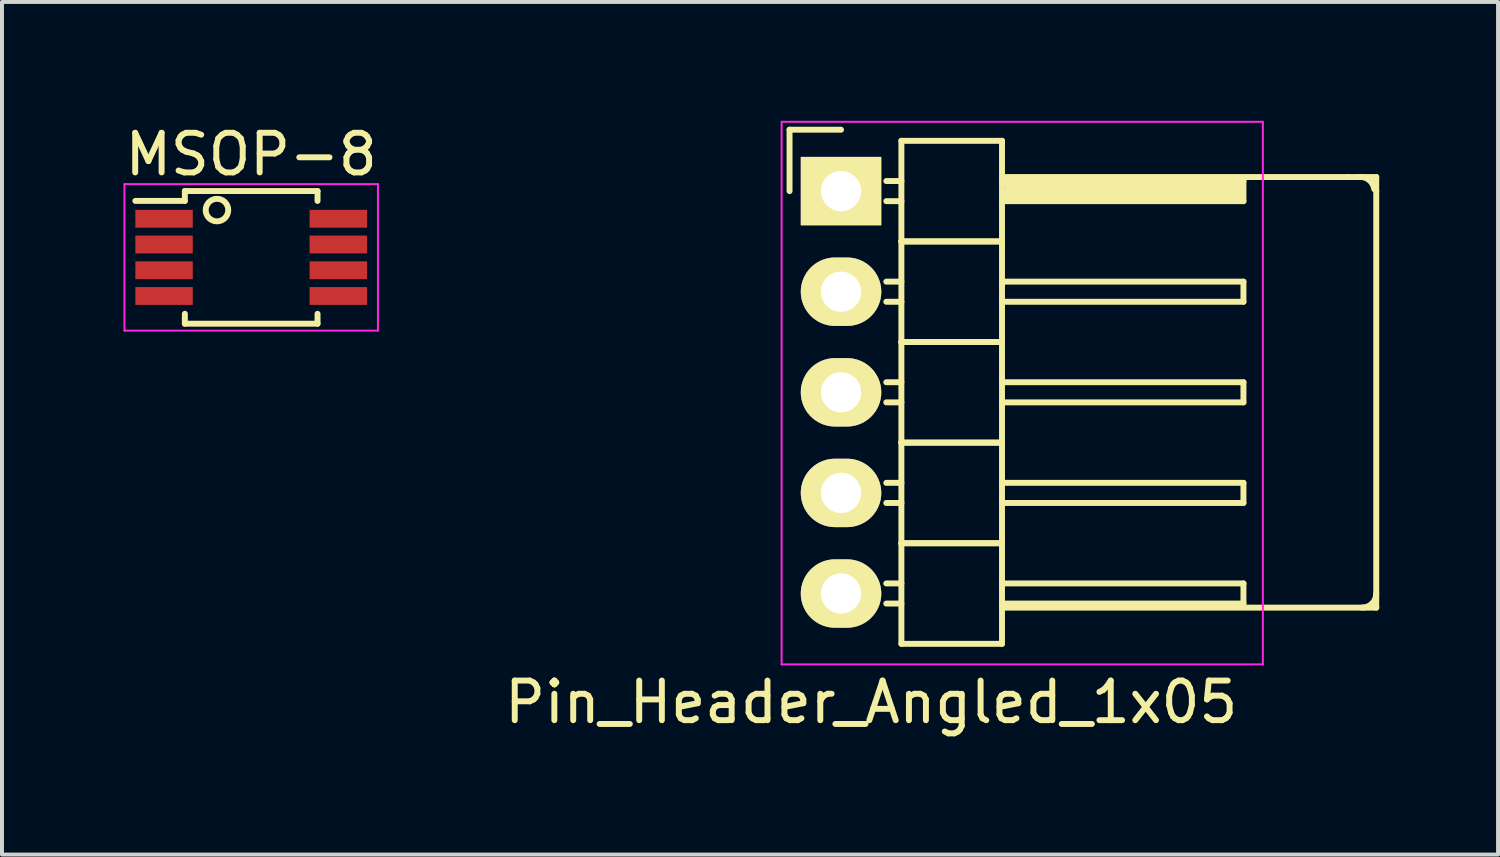
<source format=kicad_pcb>
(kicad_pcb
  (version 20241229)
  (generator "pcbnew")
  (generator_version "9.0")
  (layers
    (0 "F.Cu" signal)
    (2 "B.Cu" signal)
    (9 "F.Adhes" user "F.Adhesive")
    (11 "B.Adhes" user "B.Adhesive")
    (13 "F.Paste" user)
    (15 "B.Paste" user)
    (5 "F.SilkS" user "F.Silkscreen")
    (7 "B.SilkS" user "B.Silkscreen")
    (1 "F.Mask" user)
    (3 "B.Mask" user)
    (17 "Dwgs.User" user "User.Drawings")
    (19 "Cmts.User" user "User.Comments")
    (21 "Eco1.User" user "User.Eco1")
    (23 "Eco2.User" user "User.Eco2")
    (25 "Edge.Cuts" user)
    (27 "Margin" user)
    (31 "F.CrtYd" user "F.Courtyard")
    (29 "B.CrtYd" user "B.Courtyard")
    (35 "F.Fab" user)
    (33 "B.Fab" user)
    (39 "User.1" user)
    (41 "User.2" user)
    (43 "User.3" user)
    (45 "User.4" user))
  (footprint "Pin_Header_Angled_1x05"
    (layer "F.Cu")
    (at 18.184 1.775)
    (property "Reference" "Pin_Header_Angled_1x05" (at 0.762 12.903 0) (layer "F.SilkS") (effects (font (size 1 1) (thickness 0.15))))
    (attr through_hole)
    (fp_line (start -1.3 -1.55) (end -1.3 0) (stroke (width 0.15) (type solid)) (layer "F.SilkS"))
    (fp_line (start 0 -1.55) (end -1.3 -1.55) (stroke (width 0.15) (type solid)) (layer "F.SilkS"))
    (fp_line (start 1.524 -1.27) (end 1.524 1.27) (stroke (width 0.15) (type solid)) (layer "F.SilkS"))
    (fp_line (start 1.524 -1.27) (end 4.064 -1.27) (stroke (width 0.15) (type solid)) (layer "F.SilkS"))
    (fp_line (start 1.524 -0.254) (end 1.143 -0.254) (stroke (width 0.15) (type solid)) (layer "F.SilkS"))
    (fp_line (start 1.524 0.254) (end 1.143 0.254) (stroke (width 0.15) (type solid)) (layer "F.SilkS"))
    (fp_line (start 1.524 1.27) (end 1.524 3.81) (stroke (width 0.15) (type solid)) (layer "F.SilkS"))
    (fp_line (start 1.524 1.27) (end 4.064 1.27) (stroke (width 0.15) (type solid)) (layer "F.SilkS"))
    (fp_line (start 1.524 1.27) (end 4.064 1.27) (stroke (width 0.15) (type solid)) (layer "F.SilkS"))
    (fp_line (start 1.524 2.286) (end 1.143 2.286) (stroke (width 0.15) (type solid)) (layer "F.SilkS"))
    (fp_line (start 1.524 2.794) (end 1.143 2.794) (stroke (width 0.15) (type solid)) (layer "F.SilkS"))
    (fp_line (start 1.524 3.81) (end 1.524 6.35) (stroke (width 0.15) (type solid)) (layer "F.SilkS"))
    (fp_line (start 1.524 3.81) (end 4.064 3.81) (stroke (width 0.15) (type solid)) (layer "F.SilkS"))
    (fp_line (start 1.524 3.81) (end 4.064 3.81) (stroke (width 0.15) (type solid)) (layer "F.SilkS"))
    (fp_line (start 1.524 4.826) (end 1.143 4.826) (stroke (width 0.15) (type solid)) (layer "F.SilkS"))
    (fp_line (start 1.524 5.334) (end 1.143 5.334) (stroke (width 0.15) (type solid)) (layer "F.SilkS"))
    (fp_line (start 1.524 6.35) (end 1.524 8.89) (stroke (width 0.15) (type solid)) (layer "F.SilkS"))
    (fp_line (start 1.524 6.35) (end 4.064 6.35) (stroke (width 0.15) (type solid)) (layer "F.SilkS"))
    (fp_line (start 1.524 6.35) (end 4.064 6.35) (stroke (width 0.15) (type solid)) (layer "F.SilkS"))
    (fp_line (start 1.524 7.366) (end 1.143 7.366) (stroke (width 0.15) (type solid)) (layer "F.SilkS"))
    (fp_line (start 1.524 7.874) (end 1.143 7.874) (stroke (width 0.15) (type solid)) (layer "F.SilkS"))
    (fp_line (start 1.524 8.89) (end 1.524 11.43) (stroke (width 0.15) (type solid)) (layer "F.SilkS"))
    (fp_line (start 1.524 8.89) (end 4.064 8.89) (stroke (width 0.15) (type solid)) (layer "F.SilkS"))
    (fp_line (start 1.524 8.89) (end 4.064 8.89) (stroke (width 0.15) (type solid)) (layer "F.SilkS"))
    (fp_line (start 1.524 9.906) (end 1.143 9.906) (stroke (width 0.15) (type solid)) (layer "F.SilkS"))
    (fp_line (start 1.524 10.414) (end 1.143 10.414) (stroke (width 0.15) (type solid)) (layer "F.SilkS"))
    (fp_line (start 1.524 11.43) (end 4.064 11.43) (stroke (width 0.15) (type solid)) (layer "F.SilkS"))
    (fp_line (start 4.064 -0.254) (end 10.16 -0.254) (stroke (width 0.15) (type solid)) (layer "F.SilkS"))
    (fp_line (start 4.064 1.27) (end 4.064 -1.27) (stroke (width 0.15) (type solid)) (layer "F.SilkS"))
    (fp_line (start 4.064 2.286) (end 10.16 2.286) (stroke (width 0.15) (type solid)) (layer "F.SilkS"))
    (fp_line (start 4.064 3.81) (end 4.064 1.27) (stroke (width 0.15) (type solid)) (layer "F.SilkS"))
    (fp_line (start 4.064 4.826) (end 10.16 4.826) (stroke (width 0.15) (type solid)) (layer "F.SilkS"))
    (fp_line (start 4.064 6.35) (end 4.064 3.81) (stroke (width 0.15) (type solid)) (layer "F.SilkS"))
    (fp_line (start 4.064 7.366) (end 10.16 7.366) (stroke (width 0.15) (type solid)) (layer "F.SilkS"))
    (fp_line (start 4.064 8.89) (end 4.064 6.35) (stroke (width 0.15) (type solid)) (layer "F.SilkS"))
    (fp_line (start 4.064 9.906) (end 10.16 9.906) (stroke (width 0.15) (type solid)) (layer "F.SilkS"))
    (fp_line (start 4.064 11.43) (end 4.064 8.89) (stroke (width 0.15) (type solid)) (layer "F.SilkS"))
    (fp_line (start 4.166 -0.356) (end 12.802 -0.356) (stroke (width 0.15) (type solid)) (layer "F.SilkS"))
    (fp_line (start 4.191 -0.127) (end 10.033 -0.127) (stroke (width 0.15) (type solid)) (layer "F.SilkS"))
    (fp_line (start 4.191 0) (end 10.033 0) (stroke (width 0.15) (type solid)) (layer "F.SilkS"))
    (fp_line (start 4.191 0.127) (end 4.191 0) (stroke (width 0.15) (type solid)) (layer "F.SilkS"))
    (fp_line (start 10.033 -0.127) (end 10.033 0.127) (stroke (width 0.15) (type solid)) (layer "F.SilkS"))
    (fp_line (start 10.033 0.127) (end 4.191 0.127) (stroke (width 0.15) (type solid)) (layer "F.SilkS"))
    (fp_line (start 10.16 -0.254) (end 10.16 0.254) (stroke (width 0.15) (type solid)) (layer "F.SilkS"))
    (fp_line (start 10.16 0.254) (end 4.064 0.254) (stroke (width 0.15) (type solid)) (layer "F.SilkS"))
    (fp_line (start 10.16 2.286) (end 10.16 2.794) (stroke (width 0.15) (type solid)) (layer "F.SilkS"))
    (fp_line (start 10.16 2.794) (end 4.064 2.794) (stroke (width 0.15) (type solid)) (layer "F.SilkS"))
    (fp_line (start 10.16 4.826) (end 10.16 5.334) (stroke (width 0.15) (type solid)) (layer "F.SilkS"))
    (fp_line (start 10.16 5.334) (end 4.064 5.334) (stroke (width 0.15) (type solid)) (layer "F.SilkS"))
    (fp_line (start 10.16 7.366) (end 10.16 7.874) (stroke (width 0.15) (type solid)) (layer "F.SilkS"))
    (fp_line (start 10.16 7.874) (end 4.064 7.874) (stroke (width 0.15) (type solid)) (layer "F.SilkS"))
    (fp_line (start 10.16 9.906) (end 10.16 10.414) (stroke (width 0.15) (type solid)) (layer "F.SilkS"))
    (fp_line (start 10.16 10.414) (end 4.064 10.414) (stroke (width 0.15) (type solid)) (layer "F.SilkS"))
    (fp_line (start 12.802 -0.356) (end 13.513 -0.356) (stroke (width 0.15) (type solid)) (layer "F.SilkS"))
    (fp_line (start 13.513 -0.356) (end 13.513 0) (stroke (width 0.15) (type solid)) (layer "F.SilkS"))
    (fp_line (start 13.513 0) (end 13.513 10.516) (stroke (width 0.15) (type solid)) (layer "F.SilkS"))
    (fp_line (start 13.513 10.516) (end 4.115 10.516) (stroke (width 0.15) (type solid)) (layer "F.SilkS"))
    (fp_arc (start 13.0556 -0.3556) (mid 13.321926 -0.287368) (end 13.462 -0.0508) (stroke (width 0.15) (type solid)) (layer "F.SilkS"))
    (fp_arc (start 13.5128 10.16) (mid 13.408647 10.411447) (end 13.1572 10.5156) (stroke (width 0.15) (type solid)) (layer "F.SilkS"))
    (fp_line (start -1.5 -1.75) (end -1.5 11.95) (stroke (width 0.05) (type solid)) (layer "F.CrtYd"))
    (fp_line (start -1.5 -1.75) (end 10.65 -1.75) (stroke (width 0.05) (type solid)) (layer "F.CrtYd"))
    (fp_line (start -1.5 11.95) (end 10.65 11.95) (stroke (width 0.05) (type solid)) (layer "F.CrtYd"))
    (fp_line (start 10.65 -1.75) (end 10.65 11.95) (stroke (width 0.05) (type solid)) (layer "F.CrtYd"))
    (pad "1" thru_hole rect (at 0 0) (size 2.032 1.727) (drill 1.016) (layers "*.Cu" "*.Mask" "F.SilkS"))
    (pad "2" thru_hole oval (at 0 2.54) (size 2.032 1.727) (drill 1.016) (layers "*.Cu" "*.Mask" "F.SilkS"))
    (pad "3" thru_hole oval (at 0 5.08) (size 2.032 1.727) (drill 1.016) (layers "*.Cu" "*.Mask" "F.SilkS"))
    (pad "4" thru_hole oval (at 0 7.62) (size 2.032 1.727) (drill 1.016) (layers "*.Cu" "*.Mask" "F.SilkS"))
    (pad "5" thru_hole oval (at 0 10.16) (size 2.032 1.727) (drill 1.016) (layers "*.Cu" "*.Mask" "F.SilkS")))
  (footprint "MSOP-8"
    (layer "F.Cu")
    (at 3.292 3.448)
    (property "Reference" "MSOP-8" (at 0 -2.6 0) (layer "F.SilkS") (effects (font (size 1 1) (thickness 0.15))))
    (attr smd)
    (fp_line (start -1.675 -1.675) (end -1.675 -1.425) (stroke (width 0.15) (type solid)) (layer "F.SilkS"))
    (fp_line (start -1.675 -1.675) (end 1.675 -1.675) (stroke (width 0.15) (type solid)) (layer "F.SilkS"))
    (fp_line (start -1.675 -1.425) (end -2.925 -1.425) (stroke (width 0.15) (type solid)) (layer "F.SilkS"))
    (fp_line (start -1.675 1.675) (end -1.675 1.425) (stroke (width 0.15) (type solid)) (layer "F.SilkS"))
    (fp_line (start -1.675 1.675) (end 1.675 1.675) (stroke (width 0.15) (type solid)) (layer "F.SilkS"))
    (fp_line (start 1.675 -1.675) (end 1.675 -1.425) (stroke (width 0.15) (type solid)) (layer "F.SilkS"))
    (fp_line (start 1.675 1.675) (end 1.675 1.425) (stroke (width 0.15) (type solid)) (layer "F.SilkS"))
    (fp_circle (center -0.864 -1.194) (end -0.584 -1.143) (stroke (width 0.15) (type solid)) (fill no) (layer "F.SilkS"))
    (fp_line (start -3.2 -1.85) (end -3.2 1.85) (stroke (width 0.05) (type solid)) (layer "F.CrtYd"))
    (fp_line (start -3.2 -1.85) (end 3.2 -1.85) (stroke (width 0.05) (type solid)) (layer "F.CrtYd"))
    (fp_line (start -3.2 1.85) (end 3.2 1.85) (stroke (width 0.05) (type solid)) (layer "F.CrtYd"))
    (fp_line (start 3.2 -1.85) (end 3.2 1.85) (stroke (width 0.05) (type solid)) (layer "F.CrtYd"))
    (pad "1" smd rect (at -2.2 -0.975) (size 1.45 0.45) (layers "F.Cu" "F.Mask" "F.Paste"))
    (pad "2" smd rect (at -2.2 -0.325) (size 1.45 0.45) (layers "F.Cu" "F.Mask" "F.Paste"))
    (pad "3" smd rect (at -2.2 0.325) (size 1.45 0.45) (layers "F.Cu" "F.Mask" "F.Paste"))
    (pad "4" smd rect (at -2.2 0.975) (size 1.45 0.45) (layers "F.Cu" "F.Mask" "F.Paste"))
    (pad "5" smd rect (at 2.2 0.975) (size 1.45 0.45) (layers "F.Cu" "F.Mask" "F.Paste"))
    (pad "6" smd rect (at 2.2 0.325) (size 1.45 0.45) (layers "F.Cu" "F.Mask" "F.Paste"))
    (pad "7" smd rect (at 2.2 -0.325) (size 1.45 0.45) (layers "F.Cu" "F.Mask" "F.Paste"))
    (pad "8" smd rect (at 2.2 -0.975) (size 1.45 0.45) (layers "F.Cu" "F.Mask" "F.Paste")))
  (gr_rect
    (start -3 -3)
    (end 34.772 18.526)
    (stroke (width 0.1) (type default))
    (fill no)
    (layer "Edge.Cuts")))
</source>
